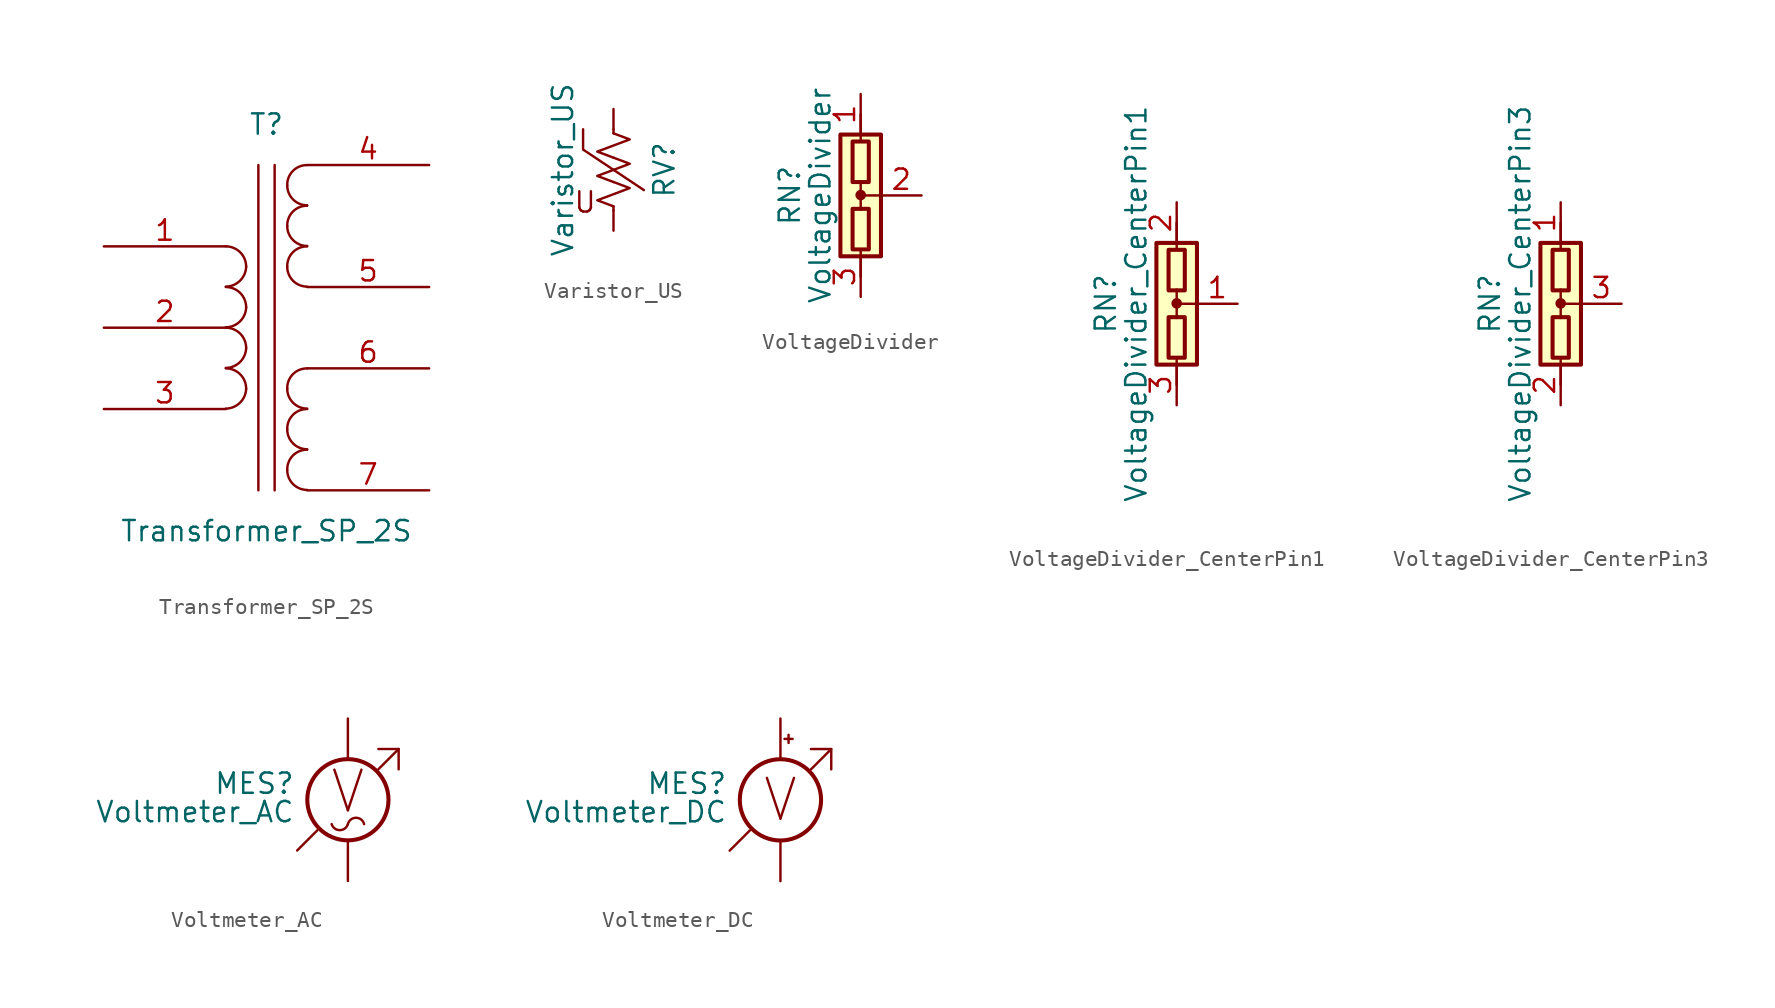
<source format=kicad_sym>
(kicad_symbol_lib
  (version 20241209)
  (generator "kicad_symbol_editor")
  (generator_version "9.0")
  (symbol "Transformer_SP_2S"
    (pin_names
      (offset 1.016)
      (hide yes))
    (property "Reference" "T"
      (at 0 12.7 0)
      (effects (font (size 1.27 1.27))))
    (property "Value" "Transformer_SP_2S"
      (at 0 -12.7 0)
      (effects (font (size 1.27 1.27))))
    (symbol "Transformer_SP_2S_0_1"
      (arc (start -1.27 3.81) (mid -1.656 2.9336) (end -2.54 2.5654) (stroke (width 0) (type default)) (fill (type none)))
      (arc (start -1.27 1.27) (mid -1.656 0.3936) (end -2.54 0.0254) (stroke (width 0) (type default)) (fill (type none)))
      (arc (start -1.27 -1.27) (mid -1.656 -2.1464) (end -2.54 -2.5146) (stroke (width 0) (type default)) (fill (type none)))
      (arc (start -1.27 -3.81) (mid -1.656 -4.6864) (end -2.54 -5.0546) (stroke (width 0) (type default)) (fill (type none)))
      (arc (start -2.54 5.08) (mid -1.642 4.708) (end -1.27 3.81) (stroke (width 0) (type default)) (fill (type none)))
      (arc (start -2.54 2.54) (mid -1.642 2.168) (end -1.27 1.27) (stroke (width 0) (type default)) (fill (type none)))
      (arc (start -2.54 0) (mid -1.642 -0.372) (end -1.27 -1.27) (stroke (width 0) (type default)) (fill (type none)))
      (arc (start -2.54 -2.54) (mid -1.642 -2.912) (end -1.27 -3.81) (stroke (width 0) (type default)) (fill (type none)))
      (polyline (pts (xy -0.508 -10.16) (xy -0.508 10.16)) (stroke (width 0) (type default)) (fill (type none)))
      (polyline (pts (xy 0.508 10.16) (xy 0.508 -10.16)) (stroke (width 0) (type default)) (fill (type none)))
      (arc (start 1.2954 8.89) (mid 1.6457 9.7917) (end 2.54 10.16) (stroke (width 0) (type default)) (fill (type none)))
      (arc (start 1.2954 6.35) (mid 1.6457 7.2517) (end 2.54 7.62) (stroke (width 0) (type default)) (fill (type none)))
      (arc (start 1.2954 3.81) (mid 1.6457 4.7117) (end 2.54 5.08) (stroke (width 0) (type default)) (fill (type none)))
      (arc (start 1.2954 -3.81) (mid 1.6457 -2.9083) (end 2.54 -2.54) (stroke (width 0) (type default)) (fill (type none)))
      (arc (start 1.2954 -6.35) (mid 1.6457 -5.4483) (end 2.54 -5.08) (stroke (width 0) (type default)) (fill (type none)))
      (arc (start 1.2954 -8.89) (mid 1.6457 -7.9883) (end 2.54 -7.62) (stroke (width 0) (type default)) (fill (type none)))
      (arc (start 2.54 7.6454) (mid 1.6599 8.0099) (end 1.2954 8.89) (stroke (width 0) (type default)) (fill (type none)))
      (arc (start 2.54 5.1054) (mid 1.6599 5.4699) (end 1.2954 6.35) (stroke (width 0) (type default)) (fill (type none)))
      (arc (start 2.54 2.5654) (mid 1.6599 2.9299) (end 1.2954 3.81) (stroke (width 0) (type default)) (fill (type none)))
      (arc (start 2.54 -5.0546) (mid 1.6599 -4.6901) (end 1.2954 -3.81) (stroke (width 0) (type default)) (fill (type none)))
      (arc (start 2.54 -7.5946) (mid 1.6599 -7.2301) (end 1.2954 -6.35) (stroke (width 0) (type default)) (fill (type none)))
      (arc (start 2.54 -10.1346) (mid 1.6599 -9.7701) (end 1.2954 -8.89) (stroke (width 0) (type default)) (fill (type none))))
    (symbol "Transformer_SP_2S_1_1"
      (pin passive line (at -10.16 5.08 0) (length 7.62) (name "IN+" (effects (font (size 1.27 1.27)))) (number "1" (effects (font (size 1.27 1.27)))))
      (pin passive line (at -10.16 0 0) (length 7.62) (name "PM" (effects (font (size 1.27 1.27)))) (number "2" (effects (font (size 1.27 1.27)))))
      (pin passive line (at -10.16 -5.08 0) (length 7.62) (name "IN-" (effects (font (size 1.27 1.27)))) (number "3" (effects (font (size 1.27 1.27)))))
      (pin passive line (at 10.16 10.16 180) (length 7.62) (name "OUT1A" (effects (font (size 1.27 1.27)))) (number "4" (effects (font (size 1.27 1.27)))))
      (pin passive line (at 10.16 2.54 180) (length 7.62) (name "OUT1B" (effects (font (size 1.27 1.27)))) (number "5" (effects (font (size 1.27 1.27)))))
      (pin passive line (at 10.16 -2.54 180) (length 7.62) (name "OUT2A" (effects (font (size 1.27 1.27)))) (number "6" (effects (font (size 1.27 1.27)))))
      (pin passive line (at 10.16 -10.16 180) (length 7.62) (name "OUT2B" (effects (font (size 1.27 1.27)))) (number "7" (effects (font (size 1.27 1.27)))))))
  (symbol "Varistor_US"
    (pin_numbers
      (hide yes))
    (pin_names
      (offset 0))
    (property "Reference" "RV"
      (at 3.175 0 90)
      (effects (font (size 1.27 1.27))))
    (property "Value" "Varistor_US"
      (at -3.175 0 90)
      (effects (font (size 1.27 1.27))))
    (symbol "Varistor_US_0_0"
      (text "U" (at -1.778 -2.032 0) (effects (font (size 1.27 1.27)))))
    (symbol "Varistor_US_0_1"
      (polyline (pts (xy -1.905 2.54) (xy -1.905 1.27) (xy 1.905 -1.27)) (stroke (width 0) (type default)) (fill (type none)))
      (polyline (pts (xy 0 2.286) (xy 0 2.54)) (stroke (width 0) (type default)) (fill (type none)))
      (polyline (pts (xy 0 2.286) (xy 1.016 1.905) (xy 0 1.524) (xy -1.016 1.143) (xy 0 0.762)) (stroke (width 0) (type default)) (fill (type none)))
      (polyline (pts (xy 0 0.762) (xy 1.016 0.381) (xy 0 0) (xy -1.016 -0.381) (xy 0 -0.762)) (stroke (width 0) (type default)) (fill (type none)))
      (polyline (pts (xy 0 -0.762) (xy 1.016 -1.143) (xy 0 -1.524) (xy -1.016 -1.905) (xy 0 -2.286)) (stroke (width 0) (type default)) (fill (type none)))
      (polyline (pts (xy 0 -2.286) (xy 0 -2.54)) (stroke (width 0) (type default)) (fill (type none))))
    (symbol "Varistor_US_1_1"
      (pin passive line (at 0 3.81 270) (length 1.27) (name "~" (effects (font (size 1.27 1.27)))) (number "1" (effects (font (size 1.27 1.27)))))
      (pin passive line (at 0 -3.81 90) (length 1.27) (name "~" (effects (font (size 1.27 1.27)))) (number "2" (effects (font (size 1.27 1.27)))))))
  (symbol "VoltageDivider"
    (pin_names
      (offset 0)
      (hide yes))
    (property "Reference" "RN"
      (at -4.445 0 90)
      (effects (font (size 1.27 1.27))))
    (property "Value" "VoltageDivider"
      (at -2.54 0 90)
      (effects (font (size 1.27 1.27))))
    (symbol "VoltageDivider_0_1"
      (rectangle (start -1.27 -3.81) (end 1.27 3.81) (stroke (width 0.254) (type default)) (fill (type background)))
      (rectangle (start -0.508 3.378) (end 0.508 0.838) (stroke (width 0.254) (type default)) (fill (type none)))
      (rectangle (start -0.508 -3.378) (end 0.508 -0.838) (stroke (width 0.254) (type default)) (fill (type none)))
      (polyline (pts (xy 0 5.08) (xy 0 3.378)) (stroke (width 0) (type default)) (fill (type none)))
      (polyline (pts (xy 0 0.889) (xy 0 -0.889)) (stroke (width 0) (type default)) (fill (type none)))
      (circle (center 0 0.025) (radius 0.254) (stroke (width 0) (type default)) (fill (type outline)))
      (polyline (pts (xy 0 -5.08) (xy 0 -3.429)) (stroke (width 0) (type default)) (fill (type none)))
      (polyline (pts (xy 1.27 0) (xy 0 0)) (stroke (width 0) (type default)) (fill (type none))))
    (symbol "VoltageDivider_1_1"
      (pin passive line (at 0 6.35 270) (length 2.54) (name "~" (effects (font (size 1.27 1.27)))) (number "1" (effects (font (size 1.27 1.27)))))
      (pin passive line (at 0 -6.35 90) (length 2.54) (name "~" (effects (font (size 1.27 1.27)))) (number "3" (effects (font (size 1.27 1.27)))))
      (pin passive line (at 3.81 0 180) (length 2.54) (name "~" (effects (font (size 1.27 1.27)))) (number "2" (effects (font (size 1.27 1.27)))))))
  (symbol "VoltageDivider_CenterPin1"
    (pin_names
      (offset 0)
      (hide yes))
    (property "Reference" "RN"
      (at -4.445 0 90)
      (effects (font (size 1.27 1.27))))
    (property "Value" "VoltageDivider_CenterPin1"
      (at -2.54 0 90)
      (effects (font (size 1.27 1.27))))
    (symbol "VoltageDivider_CenterPin1_0_1"
      (rectangle (start -1.27 -3.81) (end 1.27 3.81) (stroke (width 0.254) (type default)) (fill (type background)))
      (rectangle (start -0.508 3.378) (end 0.508 0.838) (stroke (width 0.254) (type default)) (fill (type none)))
      (rectangle (start -0.508 -3.378) (end 0.508 -0.838) (stroke (width 0.254) (type default)) (fill (type none)))
      (polyline (pts (xy 0 5.08) (xy 0 3.378)) (stroke (width 0) (type default)) (fill (type none)))
      (polyline (pts (xy 0 0.889) (xy 0 -0.889)) (stroke (width 0) (type default)) (fill (type none)))
      (circle (center 0 0.025) (radius 0.254) (stroke (width 0) (type default)) (fill (type outline)))
      (polyline (pts (xy 0 -5.08) (xy 0 -3.429)) (stroke (width 0) (type default)) (fill (type none)))
      (polyline (pts (xy 1.27 0) (xy 0 0)) (stroke (width 0) (type default)) (fill (type none))))
    (symbol "VoltageDivider_CenterPin1_1_1"
      (pin passive line (at 0 6.35 270) (length 2.54) (name "~" (effects (font (size 1.27 1.27)))) (number "2" (effects (font (size 1.27 1.27)))))
      (pin passive line (at 0 -6.35 90) (length 2.54) (name "~" (effects (font (size 1.27 1.27)))) (number "3" (effects (font (size 1.27 1.27)))))
      (pin passive line (at 3.81 0 180) (length 2.54) (name "~" (effects (font (size 1.27 1.27)))) (number "1" (effects (font (size 1.27 1.27)))))))
  (symbol "VoltageDivider_CenterPin3"
    (pin_names
      (offset 0)
      (hide yes))
    (property "Reference" "RN"
      (at -4.445 0 90)
      (effects (font (size 1.27 1.27))))
    (property "Value" "VoltageDivider_CenterPin3"
      (at -2.54 0 90)
      (effects (font (size 1.27 1.27))))
    (symbol "VoltageDivider_CenterPin3_0_1"
      (rectangle (start -1.27 -3.81) (end 1.27 3.81) (stroke (width 0.254) (type default)) (fill (type background)))
      (rectangle (start -0.508 3.378) (end 0.508 0.838) (stroke (width 0.254) (type default)) (fill (type none)))
      (rectangle (start -0.508 -3.378) (end 0.508 -0.838) (stroke (width 0.254) (type default)) (fill (type none)))
      (polyline (pts (xy 0 5.08) (xy 0 3.378)) (stroke (width 0) (type default)) (fill (type none)))
      (polyline (pts (xy 0 0.889) (xy 0 -0.889)) (stroke (width 0) (type default)) (fill (type none)))
      (circle (center 0 0.025) (radius 0.254) (stroke (width 0) (type default)) (fill (type outline)))
      (polyline (pts (xy 0 -5.08) (xy 0 -3.429)) (stroke (width 0) (type default)) (fill (type none)))
      (polyline (pts (xy 1.27 0) (xy 0 0)) (stroke (width 0) (type default)) (fill (type none))))
    (symbol "VoltageDivider_CenterPin3_1_1"
      (pin passive line (at 0 6.35 270) (length 2.54) (name "~" (effects (font (size 1.27 1.27)))) (number "1" (effects (font (size 1.27 1.27)))))
      (pin passive line (at 0 -6.35 90) (length 2.54) (name "~" (effects (font (size 1.27 1.27)))) (number "2" (effects (font (size 1.27 1.27)))))
      (pin passive line (at 3.81 0 180) (length 2.54) (name "~" (effects (font (size 1.27 1.27)))) (number "3" (effects (font (size 1.27 1.27)))))))
  (symbol "Voltmeter_AC"
    (pin_numbers
      (hide yes))
    (pin_names
      (offset 0.025)
      (hide yes))
    (property "Reference" "MES"
      (at -3.302 1.016 0)
      (effects (font (size 1.27 1.27)) (justify right)))
    (property "Value" "Voltmeter_AC"
      (at -3.302 -0.762 0)
      (effects (font (size 1.27 1.27)) (justify right)))
    (symbol "Voltmeter_AC_0_0"
      (polyline (pts (xy -3.175 -3.175) (xy -1.905 -1.905)) (stroke (width 0) (type default)) (fill (type none)))
      (polyline (pts (xy 1.905 3.175) (xy 3.175 3.175) (xy 3.175 1.905)) (stroke (width 0) (type default)) (fill (type none)))
      (polyline (pts (xy 1.905 1.905) (xy 3.175 3.175)) (stroke (width 0) (type default)) (fill (type none)))
      (text "V" (at 0 0.508 0) (effects (font (size 2.54 2.54)))))
    (symbol "Voltmeter_AC_0_1"
      (arc (start 0 -1.524) (mid -0.508 -1.902) (end -1.016 -1.524) (stroke (width 0) (type default)) (fill (type none)))
      (circle (center 0 0) (radius 2.54) (stroke (width 0.254) (type default)) (fill (type none)))
      (arc (start 0 -1.524) (mid 0.508 -1.1274) (end 1.016 -1.524) (stroke (width 0) (type default)) (fill (type none))))
    (symbol "Voltmeter_AC_1_1"
      (pin passive line (at 0 5.08 270) (length 2.54) (name "~" (effects (font (size 1.27 1.27)))) (number "2" (effects (font (size 1.27 1.27)))))
      (pin passive line (at 0 -5.08 90) (length 2.54) (name "~" (effects (font (size 1.27 1.27)))) (number "1" (effects (font (size 1.27 1.27)))))))
  (symbol "Voltmeter_DC"
    (pin_numbers
      (hide yes))
    (pin_names
      (offset 0.025)
      (hide yes))
    (property "Reference" "MES"
      (at -3.302 1.016 0)
      (effects (font (size 1.27 1.27)) (justify right)))
    (property "Value" "Voltmeter_DC"
      (at -3.302 -0.762 0)
      (effects (font (size 1.27 1.27)) (justify right)))
    (symbol "Voltmeter_DC_0_0"
      (polyline (pts (xy -3.175 -3.175) (xy -1.905 -1.905)) (stroke (width 0) (type default)) (fill (type none)))
      (polyline (pts (xy 1.905 3.175) (xy 3.175 3.175) (xy 3.175 1.905)) (stroke (width 0) (type default)) (fill (type none)))
      (polyline (pts (xy 1.905 1.905) (xy 3.175 3.175)) (stroke (width 0) (type default)) (fill (type none)))
      (text "V" (at 0 0 0) (effects (font (size 2.54 2.54)))))
    (symbol "Voltmeter_DC_0_1"
      (circle (center 0 0) (radius 2.54) (stroke (width 0.254) (type default)) (fill (type none)))
      (polyline (pts (xy 0.254 3.81) (xy 0.762 3.81)) (stroke (width 0) (type default)) (fill (type none)))
      (polyline (pts (xy 0.508 4.064) (xy 0.508 3.556)) (stroke (width 0) (type default)) (fill (type none))))
    (symbol "Voltmeter_DC_1_1"
      (pin passive line (at 0 5.08 270) (length 2.54) (name "+" (effects (font (size 1.27 1.27)))) (number "2" (effects (font (size 1.27 1.27)))))
      (pin passive line (at 0 -5.08 90) (length 2.54) (name "-" (effects (font (size 1.27 1.27)))) (number "1" (effects (font (size 1.27 1.27))))))))
</source>
